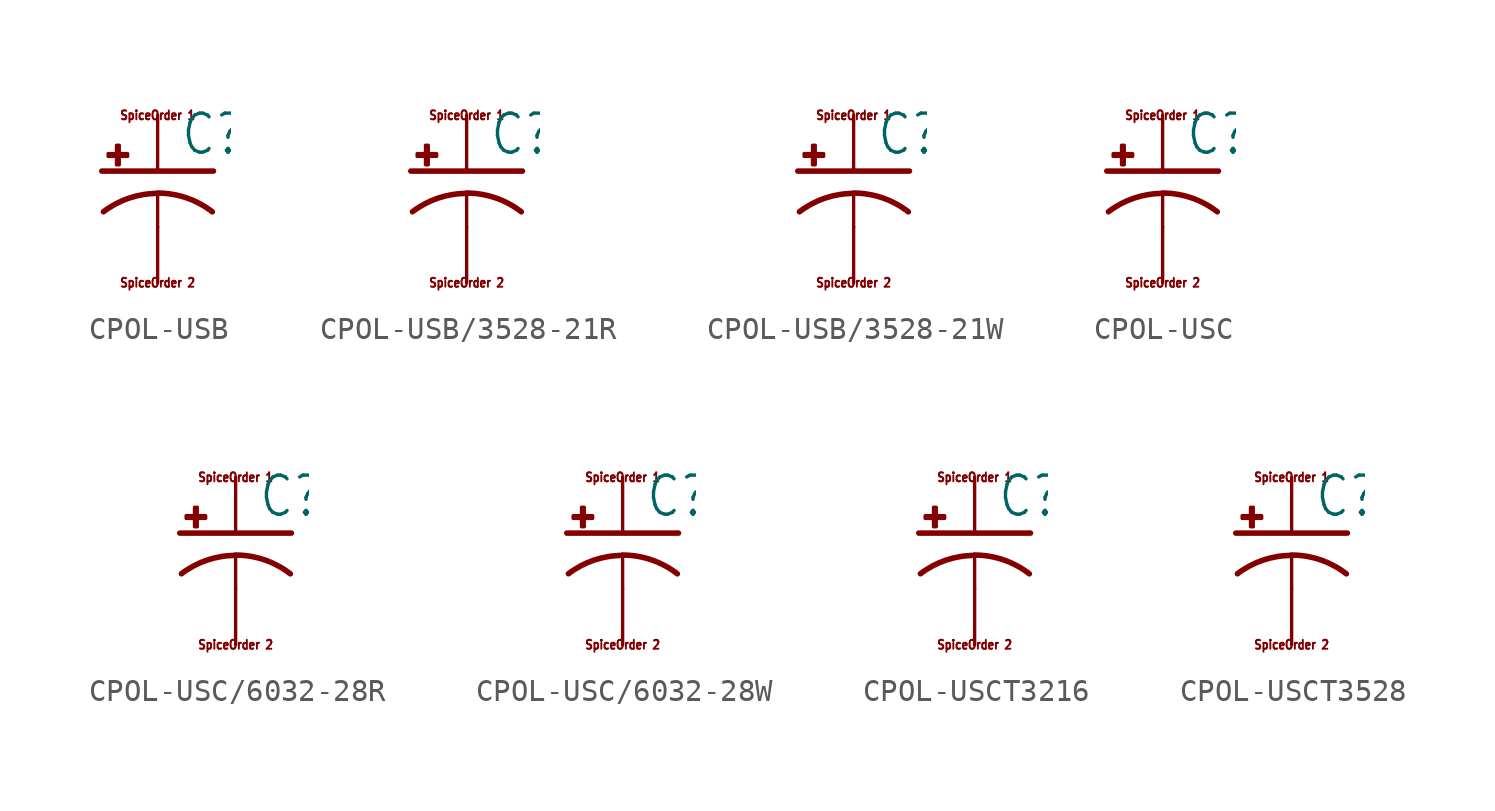
<source format=kicad_sym>
(kicad_symbol_lib
  (version 20231120)
  (generator "kicad_symbol_editor")
  (generator_version "8.0")
  (symbol "CPOL-USB"
    (property "Reference" "C"
      (at 1.016 0.635 0)
      (effects (font (size 1.778 1.511)) (justify left bottom)))
    (property "Value" ""
      (at 1.016 -4.191 0)
      (effects (font (size 1.778 1.511)) (justify left bottom)))
    (property "ki_locked" ""
      (at 0 0 0)
      (effects (font (size 1.27 1.27))))
    (symbol "CPOL-USB_1_0"
      (rectangle (start -2.253 0.668) (end -1.364 0.795) (stroke (width 0) (type default)) (fill (type outline)))
      (rectangle (start -1.872 0.287) (end -1.745 1.176) (stroke (width 0) (type default)) (fill (type outline)))
      (arc (start 0 -1.0161) (mid -1.3021 -1.2303) (end -2.4669 -1.8504) (stroke (width 0.254) (type solid)) (fill (type none)))
      (polyline (pts (xy -2.54 0) (xy 2.54 0)) (stroke (width 0.254) (type solid)) (fill (type none)))
      (polyline (pts (xy 0 -1.016) (xy 0 -2.54)) (stroke (width 0.152) (type solid)) (fill (type none)))
      (arc (start 2.4892 -1.8541) (mid 1.3158 -1.2194) (end 0 -1) (stroke (width 0.254) (type solid)) (fill (type none)))
      (text "SpiceOrder 1" (at 0 2.54 0) (effects (font (size 0.406 0.345))))
      (text "SpiceOrder 2" (at 0 -5.08 0) (effects (font (size 0.406 0.345))))
      (pin passive line (at 0 2.54 270) (length 2.54) (name "+" (effects (font (size 0 0)))) (number "+" (effects (font (size 0 0)))))
      (pin passive line (at 0 -5.08 90) (length 2.54) (name "-" (effects (font (size 0 0)))) (number "-" (effects (font (size 0 0)))))))
  (symbol "CPOL-USB/3528-21R"
    (property "Reference" "C"
      (at 1.016 0.635 0)
      (effects (font (size 1.778 1.511)) (justify left bottom)))
    (property "Value" ""
      (at 1.016 -4.191 0)
      (effects (font (size 1.778 1.511)) (justify left bottom)))
    (property "ki_locked" ""
      (at 0 0 0)
      (effects (font (size 1.27 1.27))))
    (symbol "CPOL-USB/3528-21R_1_0"
      (rectangle (start -2.253 0.668) (end -1.364 0.795) (stroke (width 0) (type default)) (fill (type outline)))
      (rectangle (start -1.872 0.287) (end -1.745 1.176) (stroke (width 0) (type default)) (fill (type outline)))
      (arc (start 0 -1.0161) (mid -1.3021 -1.2303) (end -2.4669 -1.8504) (stroke (width 0.254) (type solid)) (fill (type none)))
      (polyline (pts (xy -2.54 0) (xy 2.54 0)) (stroke (width 0.254) (type solid)) (fill (type none)))
      (polyline (pts (xy 0 -1.016) (xy 0 -2.54)) (stroke (width 0.152) (type solid)) (fill (type none)))
      (arc (start 2.4892 -1.8541) (mid 1.3158 -1.2194) (end 0 -1) (stroke (width 0.254) (type solid)) (fill (type none)))
      (text "SpiceOrder 1" (at 0 2.54 0) (effects (font (size 0.406 0.345))))
      (text "SpiceOrder 2" (at 0 -5.08 0) (effects (font (size 0.406 0.345))))
      (pin passive line (at 0 2.54 270) (length 2.54) (name "+" (effects (font (size 0 0)))) (number "+" (effects (font (size 0 0)))))
      (pin passive line (at 0 -5.08 90) (length 2.54) (name "-" (effects (font (size 0 0)))) (number "-" (effects (font (size 0 0)))))))
  (symbol "CPOL-USB/3528-21W"
    (property "Reference" "C"
      (at 1.016 0.635 0)
      (effects (font (size 1.778 1.511)) (justify left bottom)))
    (property "Value" ""
      (at 1.016 -4.191 0)
      (effects (font (size 1.778 1.511)) (justify left bottom)))
    (property "ki_locked" ""
      (at 0 0 0)
      (effects (font (size 1.27 1.27))))
    (symbol "CPOL-USB/3528-21W_1_0"
      (rectangle (start -2.253 0.668) (end -1.364 0.795) (stroke (width 0) (type default)) (fill (type outline)))
      (rectangle (start -1.872 0.287) (end -1.745 1.176) (stroke (width 0) (type default)) (fill (type outline)))
      (arc (start 0 -1.0161) (mid -1.3021 -1.2303) (end -2.4669 -1.8504) (stroke (width 0.254) (type solid)) (fill (type none)))
      (polyline (pts (xy -2.54 0) (xy 2.54 0)) (stroke (width 0.254) (type solid)) (fill (type none)))
      (polyline (pts (xy 0 -1.016) (xy 0 -2.54)) (stroke (width 0.152) (type solid)) (fill (type none)))
      (arc (start 2.4892 -1.8541) (mid 1.3158 -1.2194) (end 0 -1) (stroke (width 0.254) (type solid)) (fill (type none)))
      (text "SpiceOrder 1" (at 0 2.54 0) (effects (font (size 0.406 0.345))))
      (text "SpiceOrder 2" (at 0 -5.08 0) (effects (font (size 0.406 0.345))))
      (pin passive line (at 0 2.54 270) (length 2.54) (name "+" (effects (font (size 0 0)))) (number "+" (effects (font (size 0 0)))))
      (pin passive line (at 0 -5.08 90) (length 2.54) (name "-" (effects (font (size 0 0)))) (number "-" (effects (font (size 0 0)))))))
  (symbol "CPOL-USC"
    (property "Reference" "C"
      (at 1.016 0.635 0)
      (effects (font (size 1.778 1.511)) (justify left bottom)))
    (property "Value" ""
      (at 1.016 -4.191 0)
      (effects (font (size 1.778 1.511)) (justify left bottom)))
    (property "ki_locked" ""
      (at 0 0 0)
      (effects (font (size 1.27 1.27))))
    (symbol "CPOL-USC_1_0"
      (rectangle (start -2.253 0.668) (end -1.364 0.795) (stroke (width 0) (type default)) (fill (type outline)))
      (rectangle (start -1.872 0.287) (end -1.745 1.176) (stroke (width 0) (type default)) (fill (type outline)))
      (arc (start 0 -1.0161) (mid -1.3021 -1.2303) (end -2.4669 -1.8504) (stroke (width 0.254) (type solid)) (fill (type none)))
      (polyline (pts (xy -2.54 0) (xy 2.54 0)) (stroke (width 0.254) (type solid)) (fill (type none)))
      (polyline (pts (xy 0 -1.016) (xy 0 -2.54)) (stroke (width 0.152) (type solid)) (fill (type none)))
      (arc (start 2.4892 -1.8541) (mid 1.3158 -1.2194) (end 0 -1) (stroke (width 0.254) (type solid)) (fill (type none)))
      (text "SpiceOrder 1" (at 0 2.54 0) (effects (font (size 0.406 0.345))))
      (text "SpiceOrder 2" (at 0 -5.08 0) (effects (font (size 0.406 0.345))))
      (pin passive line (at 0 2.54 270) (length 2.54) (name "+" (effects (font (size 0 0)))) (number "+" (effects (font (size 0 0)))))
      (pin passive line (at 0 -5.08 90) (length 2.54) (name "-" (effects (font (size 0 0)))) (number "-" (effects (font (size 0 0)))))))
  (symbol "CPOL-USC/6032-28R"
    (property "Reference" "C"
      (at 1.016 0.635 0)
      (effects (font (size 1.778 1.511)) (justify left bottom)))
    (property "Value" ""
      (at 1.016 -4.191 0)
      (effects (font (size 1.778 1.511)) (justify left bottom)))
    (property "ki_locked" ""
      (at 0 0 0)
      (effects (font (size 1.27 1.27))))
    (symbol "CPOL-USC/6032-28R_1_0"
      (rectangle (start -2.253 0.668) (end -1.364 0.795) (stroke (width 0) (type default)) (fill (type outline)))
      (rectangle (start -1.872 0.287) (end -1.745 1.176) (stroke (width 0) (type default)) (fill (type outline)))
      (arc (start 0 -1.0161) (mid -1.3021 -1.2303) (end -2.4669 -1.8504) (stroke (width 0.254) (type solid)) (fill (type none)))
      (polyline (pts (xy -2.54 0) (xy 2.54 0)) (stroke (width 0.254) (type solid)) (fill (type none)))
      (polyline (pts (xy 0 -1.016) (xy 0 -2.54)) (stroke (width 0.152) (type solid)) (fill (type none)))
      (arc (start 2.4892 -1.8541) (mid 1.3158 -1.2194) (end 0 -1) (stroke (width 0.254) (type solid)) (fill (type none)))
      (text "SpiceOrder 1" (at 0 2.54 0) (effects (font (size 0.406 0.345))))
      (text "SpiceOrder 2" (at 0 -5.08 0) (effects (font (size 0.406 0.345))))
      (pin passive line (at 0 2.54 270) (length 2.54) (name "+" (effects (font (size 0 0)))) (number "+" (effects (font (size 0 0)))))
      (pin passive line (at 0 -5.08 90) (length 2.54) (name "-" (effects (font (size 0 0)))) (number "-" (effects (font (size 0 0)))))))
  (symbol "CPOL-USC/6032-28W"
    (property "Reference" "C"
      (at 1.016 0.635 0)
      (effects (font (size 1.778 1.511)) (justify left bottom)))
    (property "Value" ""
      (at 1.016 -4.191 0)
      (effects (font (size 1.778 1.511)) (justify left bottom)))
    (property "ki_locked" ""
      (at 0 0 0)
      (effects (font (size 1.27 1.27))))
    (symbol "CPOL-USC/6032-28W_1_0"
      (rectangle (start -2.253 0.668) (end -1.364 0.795) (stroke (width 0) (type default)) (fill (type outline)))
      (rectangle (start -1.872 0.287) (end -1.745 1.176) (stroke (width 0) (type default)) (fill (type outline)))
      (arc (start 0 -1.0161) (mid -1.3021 -1.2303) (end -2.4669 -1.8504) (stroke (width 0.254) (type solid)) (fill (type none)))
      (polyline (pts (xy -2.54 0) (xy 2.54 0)) (stroke (width 0.254) (type solid)) (fill (type none)))
      (polyline (pts (xy 0 -1.016) (xy 0 -2.54)) (stroke (width 0.152) (type solid)) (fill (type none)))
      (arc (start 2.4892 -1.8541) (mid 1.3158 -1.2194) (end 0 -1) (stroke (width 0.254) (type solid)) (fill (type none)))
      (text "SpiceOrder 1" (at 0 2.54 0) (effects (font (size 0.406 0.345))))
      (text "SpiceOrder 2" (at 0 -5.08 0) (effects (font (size 0.406 0.345))))
      (pin passive line (at 0 2.54 270) (length 2.54) (name "+" (effects (font (size 0 0)))) (number "+" (effects (font (size 0 0)))))
      (pin passive line (at 0 -5.08 90) (length 2.54) (name "-" (effects (font (size 0 0)))) (number "-" (effects (font (size 0 0)))))))
  (symbol "CPOL-USCT3216"
    (property "Reference" "C"
      (at 1.016 0.635 0)
      (effects (font (size 1.778 1.511)) (justify left bottom)))
    (property "Value" ""
      (at 1.016 -4.191 0)
      (effects (font (size 1.778 1.511)) (justify left bottom)))
    (property "ki_locked" ""
      (at 0 0 0)
      (effects (font (size 1.27 1.27))))
    (symbol "CPOL-USCT3216_1_0"
      (rectangle (start -2.253 0.668) (end -1.364 0.795) (stroke (width 0) (type default)) (fill (type outline)))
      (rectangle (start -1.872 0.287) (end -1.745 1.176) (stroke (width 0) (type default)) (fill (type outline)))
      (arc (start 0 -1.0161) (mid -1.3021 -1.2303) (end -2.4669 -1.8504) (stroke (width 0.254) (type solid)) (fill (type none)))
      (polyline (pts (xy -2.54 0) (xy 2.54 0)) (stroke (width 0.254) (type solid)) (fill (type none)))
      (polyline (pts (xy 0 -1.016) (xy 0 -2.54)) (stroke (width 0.152) (type solid)) (fill (type none)))
      (arc (start 2.4892 -1.8541) (mid 1.3158 -1.2194) (end 0 -1) (stroke (width 0.254) (type solid)) (fill (type none)))
      (text "SpiceOrder 1" (at 0 2.54 0) (effects (font (size 0.406 0.345))))
      (text "SpiceOrder 2" (at 0 -5.08 0) (effects (font (size 0.406 0.345))))
      (pin passive line (at 0 -5.08 90) (length 2.54) (name "-" (effects (font (size 0 0)))) (number "+" (effects (font (size 0 0)))))
      (pin passive line (at 0 2.54 270) (length 2.54) (name "+" (effects (font (size 0 0)))) (number "-" (effects (font (size 0 0)))))))
  (symbol "CPOL-USCT3528"
    (property "Reference" "C"
      (at 1.016 0.635 0)
      (effects (font (size 1.778 1.511)) (justify left bottom)))
    (property "Value" ""
      (at 1.016 -4.191 0)
      (effects (font (size 1.778 1.511)) (justify left bottom)))
    (property "ki_locked" ""
      (at 0 0 0)
      (effects (font (size 1.27 1.27))))
    (symbol "CPOL-USCT3528_1_0"
      (rectangle (start -2.253 0.668) (end -1.364 0.795) (stroke (width 0) (type default)) (fill (type outline)))
      (rectangle (start -1.872 0.287) (end -1.745 1.176) (stroke (width 0) (type default)) (fill (type outline)))
      (arc (start 0 -1.0161) (mid -1.3021 -1.2303) (end -2.4669 -1.8504) (stroke (width 0.254) (type solid)) (fill (type none)))
      (polyline (pts (xy -2.54 0) (xy 2.54 0)) (stroke (width 0.254) (type solid)) (fill (type none)))
      (polyline (pts (xy 0 -1.016) (xy 0 -2.54)) (stroke (width 0.152) (type solid)) (fill (type none)))
      (arc (start 2.4892 -1.8541) (mid 1.3158 -1.2194) (end 0 -1) (stroke (width 0.254) (type solid)) (fill (type none)))
      (text "SpiceOrder 1" (at 0 2.54 0) (effects (font (size 0.406 0.345))))
      (text "SpiceOrder 2" (at 0 -5.08 0) (effects (font (size 0.406 0.345))))
      (pin passive line (at 0 -5.08 90) (length 2.54) (name "-" (effects (font (size 0 0)))) (number "+" (effects (font (size 0 0)))))
      (pin passive line (at 0 2.54 270) (length 2.54) (name "+" (effects (font (size 0 0)))) (number "-" (effects (font (size 0 0))))))))
</source>
